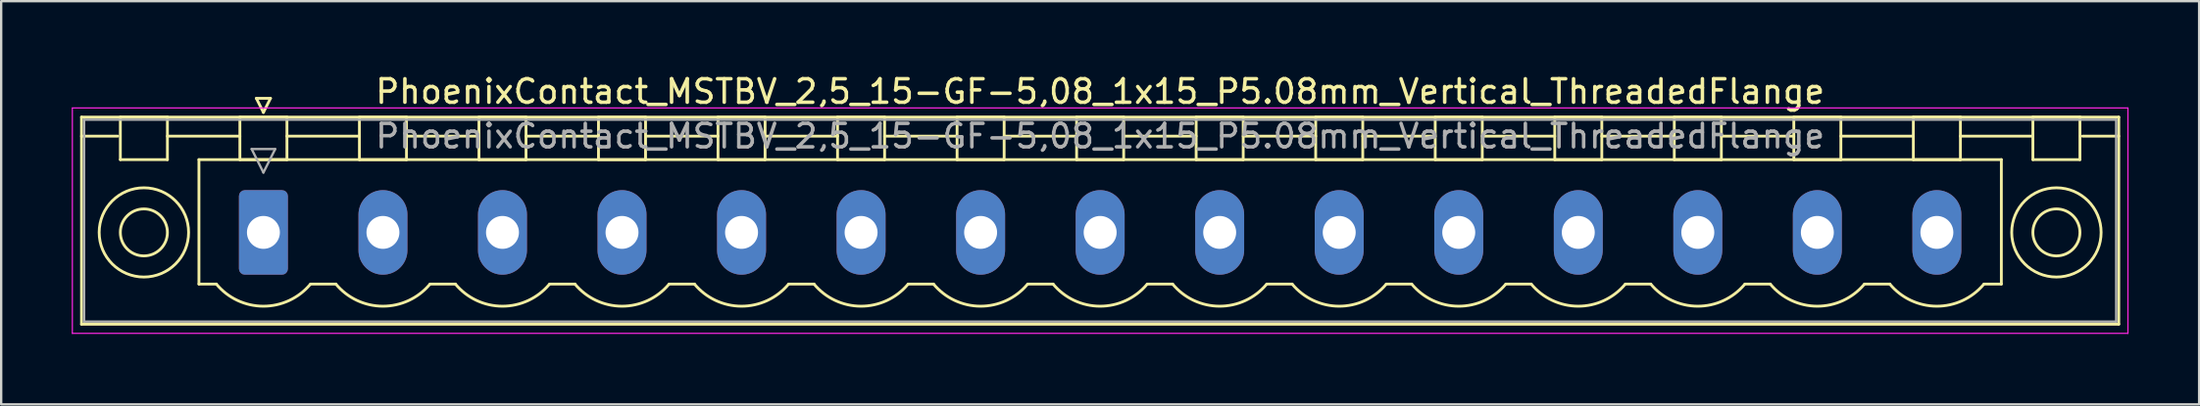
<source format=kicad_pcb>
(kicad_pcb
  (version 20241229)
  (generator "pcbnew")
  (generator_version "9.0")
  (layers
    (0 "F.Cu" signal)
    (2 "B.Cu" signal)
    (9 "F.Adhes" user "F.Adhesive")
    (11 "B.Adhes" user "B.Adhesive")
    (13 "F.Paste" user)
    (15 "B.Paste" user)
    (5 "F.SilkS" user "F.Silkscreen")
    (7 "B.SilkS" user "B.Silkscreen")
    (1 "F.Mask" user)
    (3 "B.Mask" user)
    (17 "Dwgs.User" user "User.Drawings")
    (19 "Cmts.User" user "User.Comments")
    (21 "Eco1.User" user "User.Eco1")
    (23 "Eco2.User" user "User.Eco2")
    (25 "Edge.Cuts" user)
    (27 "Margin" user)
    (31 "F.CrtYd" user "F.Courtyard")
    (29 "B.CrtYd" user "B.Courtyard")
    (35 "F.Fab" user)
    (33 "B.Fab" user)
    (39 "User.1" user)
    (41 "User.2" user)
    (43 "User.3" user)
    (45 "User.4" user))
  (footprint "PhoenixContact_MSTBV_2,5_15-GF-5,08_1x15_P5.08mm_Vertical_ThreadedFlange"
    (layer "F.Cu")
    (at 8.145 6.848)
    (property "Reference" "PhoenixContact_MSTBV_2,5_15-GF-5,08_1x15_P5.08mm_Vertical_ThreadedFlange" (at 35.56 -6 0) (layer "F.SilkS") (effects (font (size 1 1) (thickness 0.15))))
    (attr through_hole)
    (fp_line (start -7.73 -4.91) (end -7.73 3.91) (stroke (width 0.12) (type solid)) (layer "F.SilkS"))
    (fp_line (start -7.73 -4.1) (end -6.19 -4.1) (stroke (width 0.12) (type solid)) (layer "F.SilkS"))
    (fp_line (start -7.73 3.91) (end 78.85 3.91) (stroke (width 0.12) (type solid)) (layer "F.SilkS"))
    (fp_line (start -6.08 -4.91) (end -4.08 -4.91) (stroke (width 0.12) (type solid)) (layer "F.SilkS"))
    (fp_line (start -6.08 -3.1) (end -6.08 -4.91) (stroke (width 0.12) (type solid)) (layer "F.SilkS"))
    (fp_line (start -4.08 -4.91) (end -4.08 -3.1) (stroke (width 0.12) (type solid)) (layer "F.SilkS"))
    (fp_line (start -4.08 -4.1) (end -1 -4.1) (stroke (width 0.12) (type solid)) (layer "F.SilkS"))
    (fp_line (start -4.08 -3.1) (end -6.08 -3.1) (stroke (width 0.12) (type solid)) (layer "F.SilkS"))
    (fp_line (start -2.74 -3.1) (end 73.86 -3.1) (stroke (width 0.12) (type solid)) (layer "F.SilkS"))
    (fp_line (start -2.74 2.2) (end -2.74 -3.1) (stroke (width 0.12) (type solid)) (layer "F.SilkS"))
    (fp_line (start -2 2.2) (end -2.74 2.2) (stroke (width 0.12) (type solid)) (layer "F.SilkS"))
    (fp_line (start -1 -4.91) (end 1 -4.91) (stroke (width 0.12) (type solid)) (layer "F.SilkS"))
    (fp_line (start -1 -3.1) (end -1 -4.91) (stroke (width 0.12) (type solid)) (layer "F.SilkS"))
    (fp_line (start -0.3 -5.71) (end 0.3 -5.71) (stroke (width 0.12) (type solid)) (layer "F.SilkS"))
    (fp_line (start 0 -5.11) (end -0.3 -5.71) (stroke (width 0.12) (type solid)) (layer "F.SilkS"))
    (fp_line (start 0.3 -5.71) (end 0 -5.11) (stroke (width 0.12) (type solid)) (layer "F.SilkS"))
    (fp_line (start 1 -4.91) (end 1 -3.1) (stroke (width 0.12) (type solid)) (layer "F.SilkS"))
    (fp_line (start 1 -4.1) (end 4.08 -4.1) (stroke (width 0.12) (type solid)) (layer "F.SilkS"))
    (fp_line (start 1 -3.1) (end -1 -3.1) (stroke (width 0.12) (type solid)) (layer "F.SilkS"))
    (fp_line (start 2 2.2) (end 3.08 2.2) (stroke (width 0.12) (type solid)) (layer "F.SilkS"))
    (fp_line (start 4.08 -4.91) (end 6.08 -4.91) (stroke (width 0.12) (type solid)) (layer "F.SilkS"))
    (fp_line (start 4.08 -3.1) (end 4.08 -4.91) (stroke (width 0.12) (type solid)) (layer "F.SilkS"))
    (fp_line (start 6.08 -4.91) (end 6.08 -3.1) (stroke (width 0.12) (type solid)) (layer "F.SilkS"))
    (fp_line (start 6.08 -4.1) (end 9.16 -4.1) (stroke (width 0.12) (type solid)) (layer "F.SilkS"))
    (fp_line (start 6.08 -3.1) (end 4.08 -3.1) (stroke (width 0.12) (type solid)) (layer "F.SilkS"))
    (fp_line (start 7.08 2.2) (end 8.16 2.2) (stroke (width 0.12) (type solid)) (layer "F.SilkS"))
    (fp_line (start 9.16 -4.91) (end 11.16 -4.91) (stroke (width 0.12) (type solid)) (layer "F.SilkS"))
    (fp_line (start 9.16 -3.1) (end 9.16 -4.91) (stroke (width 0.12) (type solid)) (layer "F.SilkS"))
    (fp_line (start 11.16 -4.91) (end 11.16 -3.1) (stroke (width 0.12) (type solid)) (layer "F.SilkS"))
    (fp_line (start 11.16 -4.1) (end 14.24 -4.1) (stroke (width 0.12) (type solid)) (layer "F.SilkS"))
    (fp_line (start 11.16 -3.1) (end 9.16 -3.1) (stroke (width 0.12) (type solid)) (layer "F.SilkS"))
    (fp_line (start 12.16 2.2) (end 13.24 2.2) (stroke (width 0.12) (type solid)) (layer "F.SilkS"))
    (fp_line (start 14.24 -4.91) (end 16.24 -4.91) (stroke (width 0.12) (type solid)) (layer "F.SilkS"))
    (fp_line (start 14.24 -3.1) (end 14.24 -4.91) (stroke (width 0.12) (type solid)) (layer "F.SilkS"))
    (fp_line (start 16.24 -4.91) (end 16.24 -3.1) (stroke (width 0.12) (type solid)) (layer "F.SilkS"))
    (fp_line (start 16.24 -4.1) (end 19.32 -4.1) (stroke (width 0.12) (type solid)) (layer "F.SilkS"))
    (fp_line (start 16.24 -3.1) (end 14.24 -3.1) (stroke (width 0.12) (type solid)) (layer "F.SilkS"))
    (fp_line (start 17.24 2.2) (end 18.32 2.2) (stroke (width 0.12) (type solid)) (layer "F.SilkS"))
    (fp_line (start 19.32 -4.91) (end 21.32 -4.91) (stroke (width 0.12) (type solid)) (layer "F.SilkS"))
    (fp_line (start 19.32 -3.1) (end 19.32 -4.91) (stroke (width 0.12) (type solid)) (layer "F.SilkS"))
    (fp_line (start 21.32 -4.91) (end 21.32 -3.1) (stroke (width 0.12) (type solid)) (layer "F.SilkS"))
    (fp_line (start 21.32 -4.1) (end 24.4 -4.1) (stroke (width 0.12) (type solid)) (layer "F.SilkS"))
    (fp_line (start 21.32 -3.1) (end 19.32 -3.1) (stroke (width 0.12) (type solid)) (layer "F.SilkS"))
    (fp_line (start 22.32 2.2) (end 23.4 2.2) (stroke (width 0.12) (type solid)) (layer "F.SilkS"))
    (fp_line (start 24.4 -4.91) (end 26.4 -4.91) (stroke (width 0.12) (type solid)) (layer "F.SilkS"))
    (fp_line (start 24.4 -3.1) (end 24.4 -4.91) (stroke (width 0.12) (type solid)) (layer "F.SilkS"))
    (fp_line (start 26.4 -4.91) (end 26.4 -3.1) (stroke (width 0.12) (type solid)) (layer "F.SilkS"))
    (fp_line (start 26.4 -4.1) (end 29.48 -4.1) (stroke (width 0.12) (type solid)) (layer "F.SilkS"))
    (fp_line (start 26.4 -3.1) (end 24.4 -3.1) (stroke (width 0.12) (type solid)) (layer "F.SilkS"))
    (fp_line (start 27.4 2.2) (end 28.48 2.2) (stroke (width 0.12) (type solid)) (layer "F.SilkS"))
    (fp_line (start 29.48 -4.91) (end 31.48 -4.91) (stroke (width 0.12) (type solid)) (layer "F.SilkS"))
    (fp_line (start 29.48 -3.1) (end 29.48 -4.91) (stroke (width 0.12) (type solid)) (layer "F.SilkS"))
    (fp_line (start 31.48 -4.91) (end 31.48 -3.1) (stroke (width 0.12) (type solid)) (layer "F.SilkS"))
    (fp_line (start 31.48 -4.1) (end 34.56 -4.1) (stroke (width 0.12) (type solid)) (layer "F.SilkS"))
    (fp_line (start 31.48 -3.1) (end 29.48 -3.1) (stroke (width 0.12) (type solid)) (layer "F.SilkS"))
    (fp_line (start 32.48 2.2) (end 33.56 2.2) (stroke (width 0.12) (type solid)) (layer "F.SilkS"))
    (fp_line (start 34.56 -4.91) (end 36.56 -4.91) (stroke (width 0.12) (type solid)) (layer "F.SilkS"))
    (fp_line (start 34.56 -3.1) (end 34.56 -4.91) (stroke (width 0.12) (type solid)) (layer "F.SilkS"))
    (fp_line (start 36.56 -4.91) (end 36.56 -3.1) (stroke (width 0.12) (type solid)) (layer "F.SilkS"))
    (fp_line (start 36.56 -4.1) (end 39.64 -4.1) (stroke (width 0.12) (type solid)) (layer "F.SilkS"))
    (fp_line (start 36.56 -3.1) (end 34.56 -3.1) (stroke (width 0.12) (type solid)) (layer "F.SilkS"))
    (fp_line (start 37.56 2.2) (end 38.64 2.2) (stroke (width 0.12) (type solid)) (layer "F.SilkS"))
    (fp_line (start 39.64 -4.91) (end 41.64 -4.91) (stroke (width 0.12) (type solid)) (layer "F.SilkS"))
    (fp_line (start 39.64 -3.1) (end 39.64 -4.91) (stroke (width 0.12) (type solid)) (layer "F.SilkS"))
    (fp_line (start 41.64 -4.91) (end 41.64 -3.1) (stroke (width 0.12) (type solid)) (layer "F.SilkS"))
    (fp_line (start 41.64 -4.1) (end 44.72 -4.1) (stroke (width 0.12) (type solid)) (layer "F.SilkS"))
    (fp_line (start 41.64 -3.1) (end 39.64 -3.1) (stroke (width 0.12) (type solid)) (layer "F.SilkS"))
    (fp_line (start 42.64 2.2) (end 43.72 2.2) (stroke (width 0.12) (type solid)) (layer "F.SilkS"))
    (fp_line (start 44.72 -4.91) (end 46.72 -4.91) (stroke (width 0.12) (type solid)) (layer "F.SilkS"))
    (fp_line (start 44.72 -3.1) (end 44.72 -4.91) (stroke (width 0.12) (type solid)) (layer "F.SilkS"))
    (fp_line (start 46.72 -4.91) (end 46.72 -3.1) (stroke (width 0.12) (type solid)) (layer "F.SilkS"))
    (fp_line (start 46.72 -4.1) (end 49.8 -4.1) (stroke (width 0.12) (type solid)) (layer "F.SilkS"))
    (fp_line (start 46.72 -3.1) (end 44.72 -3.1) (stroke (width 0.12) (type solid)) (layer "F.SilkS"))
    (fp_line (start 47.72 2.2) (end 48.8 2.2) (stroke (width 0.12) (type solid)) (layer "F.SilkS"))
    (fp_line (start 49.8 -4.91) (end 51.8 -4.91) (stroke (width 0.12) (type solid)) (layer "F.SilkS"))
    (fp_line (start 49.8 -3.1) (end 49.8 -4.91) (stroke (width 0.12) (type solid)) (layer "F.SilkS"))
    (fp_line (start 51.8 -4.91) (end 51.8 -3.1) (stroke (width 0.12) (type solid)) (layer "F.SilkS"))
    (fp_line (start 51.8 -4.1) (end 54.88 -4.1) (stroke (width 0.12) (type solid)) (layer "F.SilkS"))
    (fp_line (start 51.8 -3.1) (end 49.8 -3.1) (stroke (width 0.12) (type solid)) (layer "F.SilkS"))
    (fp_line (start 52.8 2.2) (end 53.88 2.2) (stroke (width 0.12) (type solid)) (layer "F.SilkS"))
    (fp_line (start 54.88 -4.91) (end 56.88 -4.91) (stroke (width 0.12) (type solid)) (layer "F.SilkS"))
    (fp_line (start 54.88 -3.1) (end 54.88 -4.91) (stroke (width 0.12) (type solid)) (layer "F.SilkS"))
    (fp_line (start 56.88 -4.91) (end 56.88 -3.1) (stroke (width 0.12) (type solid)) (layer "F.SilkS"))
    (fp_line (start 56.88 -4.1) (end 59.96 -4.1) (stroke (width 0.12) (type solid)) (layer "F.SilkS"))
    (fp_line (start 56.88 -3.1) (end 54.88 -3.1) (stroke (width 0.12) (type solid)) (layer "F.SilkS"))
    (fp_line (start 57.88 2.2) (end 58.96 2.2) (stroke (width 0.12) (type solid)) (layer "F.SilkS"))
    (fp_line (start 59.96 -4.91) (end 61.96 -4.91) (stroke (width 0.12) (type solid)) (layer "F.SilkS"))
    (fp_line (start 59.96 -3.1) (end 59.96 -4.91) (stroke (width 0.12) (type solid)) (layer "F.SilkS"))
    (fp_line (start 61.96 -4.91) (end 61.96 -3.1) (stroke (width 0.12) (type solid)) (layer "F.SilkS"))
    (fp_line (start 61.96 -4.1) (end 65.04 -4.1) (stroke (width 0.12) (type solid)) (layer "F.SilkS"))
    (fp_line (start 61.96 -3.1) (end 59.96 -3.1) (stroke (width 0.12) (type solid)) (layer "F.SilkS"))
    (fp_line (start 62.96 2.2) (end 64.04 2.2) (stroke (width 0.12) (type solid)) (layer "F.SilkS"))
    (fp_line (start 65.04 -4.91) (end 67.04 -4.91) (stroke (width 0.12) (type solid)) (layer "F.SilkS"))
    (fp_line (start 65.04 -3.1) (end 65.04 -4.91) (stroke (width 0.12) (type solid)) (layer "F.SilkS"))
    (fp_line (start 67.04 -4.91) (end 67.04 -3.1) (stroke (width 0.12) (type solid)) (layer "F.SilkS"))
    (fp_line (start 67.04 -4.1) (end 70.12 -4.1) (stroke (width 0.12) (type solid)) (layer "F.SilkS"))
    (fp_line (start 67.04 -3.1) (end 65.04 -3.1) (stroke (width 0.12) (type solid)) (layer "F.SilkS"))
    (fp_line (start 68.04 2.2) (end 69.12 2.2) (stroke (width 0.12) (type solid)) (layer "F.SilkS"))
    (fp_line (start 70.12 -4.91) (end 72.12 -4.91) (stroke (width 0.12) (type solid)) (layer "F.SilkS"))
    (fp_line (start 70.12 -3.1) (end 70.12 -4.91) (stroke (width 0.12) (type solid)) (layer "F.SilkS"))
    (fp_line (start 72.12 -4.91) (end 72.12 -3.1) (stroke (width 0.12) (type solid)) (layer "F.SilkS"))
    (fp_line (start 72.12 -4.1) (end 75.2 -4.1) (stroke (width 0.12) (type solid)) (layer "F.SilkS"))
    (fp_line (start 72.12 -3.1) (end 70.12 -3.1) (stroke (width 0.12) (type solid)) (layer "F.SilkS"))
    (fp_line (start 73.86 -3.1) (end 73.86 2.2) (stroke (width 0.12) (type solid)) (layer "F.SilkS"))
    (fp_line (start 73.86 2.2) (end 73.12 2.2) (stroke (width 0.12) (type solid)) (layer "F.SilkS"))
    (fp_line (start 75.2 -4.91) (end 77.2 -4.91) (stroke (width 0.12) (type solid)) (layer "F.SilkS"))
    (fp_line (start 75.2 -3.1) (end 75.2 -4.91) (stroke (width 0.12) (type solid)) (layer "F.SilkS"))
    (fp_line (start 77.2 -4.91) (end 77.2 -3.1) (stroke (width 0.12) (type solid)) (layer "F.SilkS"))
    (fp_line (start 77.2 -3.1) (end 75.2 -3.1) (stroke (width 0.12) (type solid)) (layer "F.SilkS"))
    (fp_line (start 78.85 -4.91) (end -7.73 -4.91) (stroke (width 0.12) (type solid)) (layer "F.SilkS"))
    (fp_line (start 78.85 -4.1) (end 77.31 -4.1) (stroke (width 0.12) (type solid)) (layer "F.SilkS"))
    (fp_line (start 78.85 3.91) (end 78.85 -4.91) (stroke (width 0.12) (type solid)) (layer "F.SilkS"))
    (fp_arc (start 1.986842 2.215821) (mid -0.010289 3.142758) (end -2 2.2) (stroke (width 0.12) (type solid)) (layer "F.SilkS"))
    (fp_arc (start 7.066842 2.215821) (mid 5.069711 3.142758) (end 3.08 2.2) (stroke (width 0.12) (type solid)) (layer "F.SilkS"))
    (fp_arc (start 12.146842 2.215821) (mid 10.149711 3.142758) (end 8.16 2.2) (stroke (width 0.12) (type solid)) (layer "F.SilkS"))
    (fp_arc (start 17.226842 2.215821) (mid 15.229711 3.142758) (end 13.24 2.2) (stroke (width 0.12) (type solid)) (layer "F.SilkS"))
    (fp_arc (start 22.306842 2.215821) (mid 20.309711 3.142758) (end 18.32 2.2) (stroke (width 0.12) (type solid)) (layer "F.SilkS"))
    (fp_arc (start 27.386842 2.215821) (mid 25.389711 3.142758) (end 23.4 2.2) (stroke (width 0.12) (type solid)) (layer "F.SilkS"))
    (fp_arc (start 32.466842 2.215821) (mid 30.469711 3.142758) (end 28.48 2.2) (stroke (width 0.12) (type solid)) (layer "F.SilkS"))
    (fp_arc (start 37.546842 2.215821) (mid 35.549711 3.142758) (end 33.56 2.2) (stroke (width 0.12) (type solid)) (layer "F.SilkS"))
    (fp_arc (start 42.626842 2.215821) (mid 40.629711 3.142758) (end 38.64 2.2) (stroke (width 0.12) (type solid)) (layer "F.SilkS"))
    (fp_arc (start 47.706842 2.215821) (mid 45.709711 3.142758) (end 43.72 2.2) (stroke (width 0.12) (type solid)) (layer "F.SilkS"))
    (fp_arc (start 52.786842 2.215821) (mid 50.789711 3.142758) (end 48.8 2.2) (stroke (width 0.12) (type solid)) (layer "F.SilkS"))
    (fp_arc (start 57.866842 2.215821) (mid 55.869711 3.142758) (end 53.88 2.2) (stroke (width 0.12) (type solid)) (layer "F.SilkS"))
    (fp_arc (start 62.946842 2.215821) (mid 60.949711 3.142758) (end 58.96 2.2) (stroke (width 0.12) (type solid)) (layer "F.SilkS"))
    (fp_arc (start 68.026842 2.215821) (mid 66.029711 3.142758) (end 64.04 2.2) (stroke (width 0.12) (type solid)) (layer "F.SilkS"))
    (fp_arc (start 73.106842 2.215821) (mid 71.109711 3.142758) (end 69.12 2.2) (stroke (width 0.12) (type solid)) (layer "F.SilkS"))
    (fp_circle (center -5.08 0) (end -4.08 0) (stroke (width 0.12) (type solid)) (fill no) (layer "F.SilkS"))
    (fp_circle (center -5.08 0) (end -3.18 0) (stroke (width 0.12) (type solid)) (fill no) (layer "F.SilkS"))
    (fp_circle (center 76.2 0) (end 77.2 0) (stroke (width 0.12) (type solid)) (fill no) (layer "F.SilkS"))
    (fp_circle (center 76.2 0) (end 78.1 0) (stroke (width 0.12) (type solid)) (fill no) (layer "F.SilkS"))
    (fp_line (start -8.12 -5.3) (end -8.12 4.3) (stroke (width 0.05) (type solid)) (layer "F.CrtYd"))
    (fp_line (start -8.12 4.3) (end 79.24 4.3) (stroke (width 0.05) (type solid)) (layer "F.CrtYd"))
    (fp_line (start 79.24 -5.3) (end -8.12 -5.3) (stroke (width 0.05) (type solid)) (layer "F.CrtYd"))
    (fp_line (start 79.24 4.3) (end 79.24 -5.3) (stroke (width 0.05) (type solid)) (layer "F.CrtYd"))
    (fp_line (start -7.62 -4.8) (end -7.62 3.8) (stroke (width 0.1) (type solid)) (layer "F.Fab"))
    (fp_line (start -7.62 3.8) (end 78.74 3.8) (stroke (width 0.1) (type solid)) (layer "F.Fab"))
    (fp_line (start -0.5 -3.55) (end 0.5 -3.55) (stroke (width 0.1) (type solid)) (layer "F.Fab"))
    (fp_line (start 0 -2.55) (end -0.5 -3.55) (stroke (width 0.1) (type solid)) (layer "F.Fab"))
    (fp_line (start 0.5 -3.55) (end 0 -2.55) (stroke (width 0.1) (type solid)) (layer "F.Fab"))
    (fp_line (start 78.74 -4.8) (end -7.62 -4.8) (stroke (width 0.1) (type solid)) (layer "F.Fab"))
    (fp_line (start 78.74 3.8) (end 78.74 -4.8) (stroke (width 0.1) (type solid)) (layer "F.Fab"))
    (fp_text user "${REFERENCE}" (at 35.56 -4.1 0) (layer "F.Fab") (effects (font (size 1 1) (thickness 0.15))))
    (pad "1" thru_hole roundrect (at 0 0) (size 2.08 3.6) (drill 1.4) (layers "*.Cu" "*.Mask") (roundrect_rratio 0.12))
    (pad "2" thru_hole oval (at 5.08 0) (size 2.08 3.6) (drill 1.4) (layers "*.Cu" "*.Mask"))
    (pad "3" thru_hole oval (at 10.16 0) (size 2.08 3.6) (drill 1.4) (layers "*.Cu" "*.Mask"))
    (pad "4" thru_hole oval (at 15.24 0) (size 2.08 3.6) (drill 1.4) (layers "*.Cu" "*.Mask"))
    (pad "5" thru_hole oval (at 20.32 0) (size 2.08 3.6) (drill 1.4) (layers "*.Cu" "*.Mask"))
    (pad "6" thru_hole oval (at 25.4 0) (size 2.08 3.6) (drill 1.4) (layers "*.Cu" "*.Mask"))
    (pad "7" thru_hole oval (at 30.48 0) (size 2.08 3.6) (drill 1.4) (layers "*.Cu" "*.Mask"))
    (pad "8" thru_hole oval (at 35.56 0) (size 2.08 3.6) (drill 1.4) (layers "*.Cu" "*.Mask"))
    (pad "9" thru_hole oval (at 40.64 0) (size 2.08 3.6) (drill 1.4) (layers "*.Cu" "*.Mask"))
    (pad "10" thru_hole oval (at 45.72 0) (size 2.08 3.6) (drill 1.4) (layers "*.Cu" "*.Mask"))
    (pad "11" thru_hole oval (at 50.8 0) (size 2.08 3.6) (drill 1.4) (layers "*.Cu" "*.Mask"))
    (pad "12" thru_hole oval (at 55.88 0) (size 2.08 3.6) (drill 1.4) (layers "*.Cu" "*.Mask"))
    (pad "13" thru_hole oval (at 60.96 0) (size 2.08 3.6) (drill 1.4) (layers "*.Cu" "*.Mask"))
    (pad "14" thru_hole oval (at 66.04 0) (size 2.08 3.6) (drill 1.4) (layers "*.Cu" "*.Mask"))
    (pad "15" thru_hole oval (at 71.12 0) (size 2.08 3.6) (drill 1.4) (layers "*.Cu" "*.Mask")))
  (gr_rect
    (start -3 -3)
    (end 90.41 14.173)
    (stroke (width 0.1) (type default))
    (fill no)
    (layer "Edge.Cuts")))
</source>
